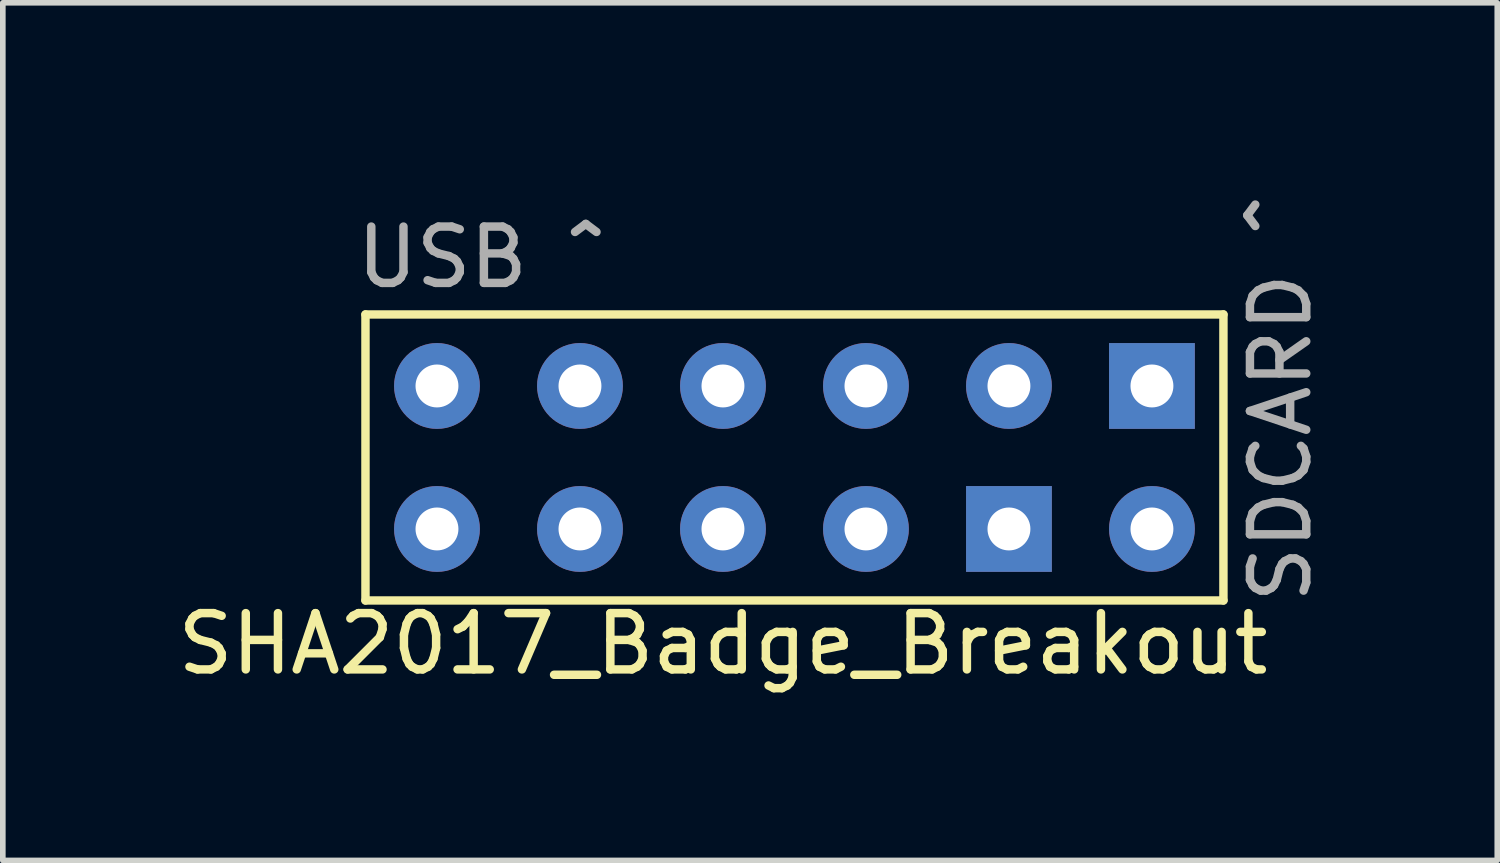
<source format=kicad_pcb>
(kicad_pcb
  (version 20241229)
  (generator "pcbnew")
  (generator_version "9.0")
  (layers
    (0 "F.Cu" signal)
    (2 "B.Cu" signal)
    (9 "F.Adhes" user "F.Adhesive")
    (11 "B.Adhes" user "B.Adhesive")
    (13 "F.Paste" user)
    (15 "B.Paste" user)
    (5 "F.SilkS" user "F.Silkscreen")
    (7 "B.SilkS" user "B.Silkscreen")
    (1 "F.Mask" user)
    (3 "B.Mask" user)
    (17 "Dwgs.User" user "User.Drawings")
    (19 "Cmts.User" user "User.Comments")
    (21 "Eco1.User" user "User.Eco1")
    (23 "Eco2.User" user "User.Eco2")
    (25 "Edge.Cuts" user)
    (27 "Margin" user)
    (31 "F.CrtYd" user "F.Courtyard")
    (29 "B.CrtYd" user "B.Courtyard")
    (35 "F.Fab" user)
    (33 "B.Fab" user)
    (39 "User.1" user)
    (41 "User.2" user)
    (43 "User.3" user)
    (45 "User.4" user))
  (footprint "SHA2017_Badge_Breakout"
    (layer "F.Cu")
    (at 11.062 0.25)
    (property "Reference" "SHA2017_Badge_Breakout" (at -1.27 8.136 0) (layer "F.SilkS") (effects (font (size 1 1) (thickness 0.15))))
    (attr through_hole)
    (fp_line (start -7.62 2.286) (end -7.62 7.366) (stroke (width 0.15) (type solid)) (layer "F.SilkS"))
    (fp_line (start -7.62 7.366) (end 7.62 7.366) (stroke (width 0.15) (type solid)) (layer "F.SilkS"))
    (fp_line (start 7.62 2.286) (end -7.62 2.286) (stroke (width 0.15) (type solid)) (layer "F.SilkS"))
    (fp_line (start 7.62 7.366) (end 7.62 2.286) (stroke (width 0.15) (type solid)) (layer "F.SilkS"))
    (fp_text user "USB ^" (at -5.588 1.27 0) (layer "F.Fab") (effects (font (size 1 1) (thickness 0.15))))
    (fp_text user "SDCARD ^" (at 8.636 3.81 270) (layer "F.Fab") (effects (font (size 1 1) (thickness 0.15))))
    (pad "1" thru_hole rect (at 6.35 3.556) (size 1.524 1.524) (drill 0.762) (layers "*.Cu" "*.Mask"))
    (pad "2" thru_hole circle (at 3.81 3.556) (size 1.524 1.524) (drill 0.762) (layers "*.Cu" "*.Mask"))
    (pad "3" thru_hole circle (at 1.27 3.556) (size 1.524 1.524) (drill 0.762) (layers "*.Cu" "*.Mask"))
    (pad "4" thru_hole circle (at -1.27 3.556) (size 1.524 1.524) (drill 0.762) (layers "*.Cu" "*.Mask"))
    (pad "5" thru_hole circle (at -3.81 3.556) (size 1.524 1.524) (drill 0.762) (layers "*.Cu" "*.Mask"))
    (pad "6" thru_hole circle (at -6.35 3.556) (size 1.524 1.524) (drill 0.762) (layers "*.Cu" "*.Mask"))
    (pad "7" thru_hole circle (at -6.35 6.096) (size 1.524 1.524) (drill 0.762) (layers "*.Cu" "*.Mask"))
    (pad "8" thru_hole circle (at -3.81 6.096) (size 1.524 1.524) (drill 0.762) (layers "*.Cu" "*.Mask"))
    (pad "9" thru_hole circle (at -1.27 6.096) (size 1.524 1.524) (drill 0.762) (layers "*.Cu" "*.Mask"))
    (pad "10" thru_hole circle (at 1.27 6.096) (size 1.524 1.524) (drill 0.762) (layers "*.Cu" "*.Mask"))
    (pad "11" thru_hole rect (at 3.81 6.096) (size 1.524 1.524) (drill 0.762) (layers "*.Cu" "*.Mask"))
    (pad "12" thru_hole circle (at 6.35 6.096) (size 1.524 1.524) (drill 0.762) (layers "*.Cu" "*.Mask")))
  (gr_rect
    (start -3 -3)
    (end 23.546 12.234)
    (stroke (width 0.1) (type default))
    (fill no)
    (layer "Edge.Cuts")))
</source>
